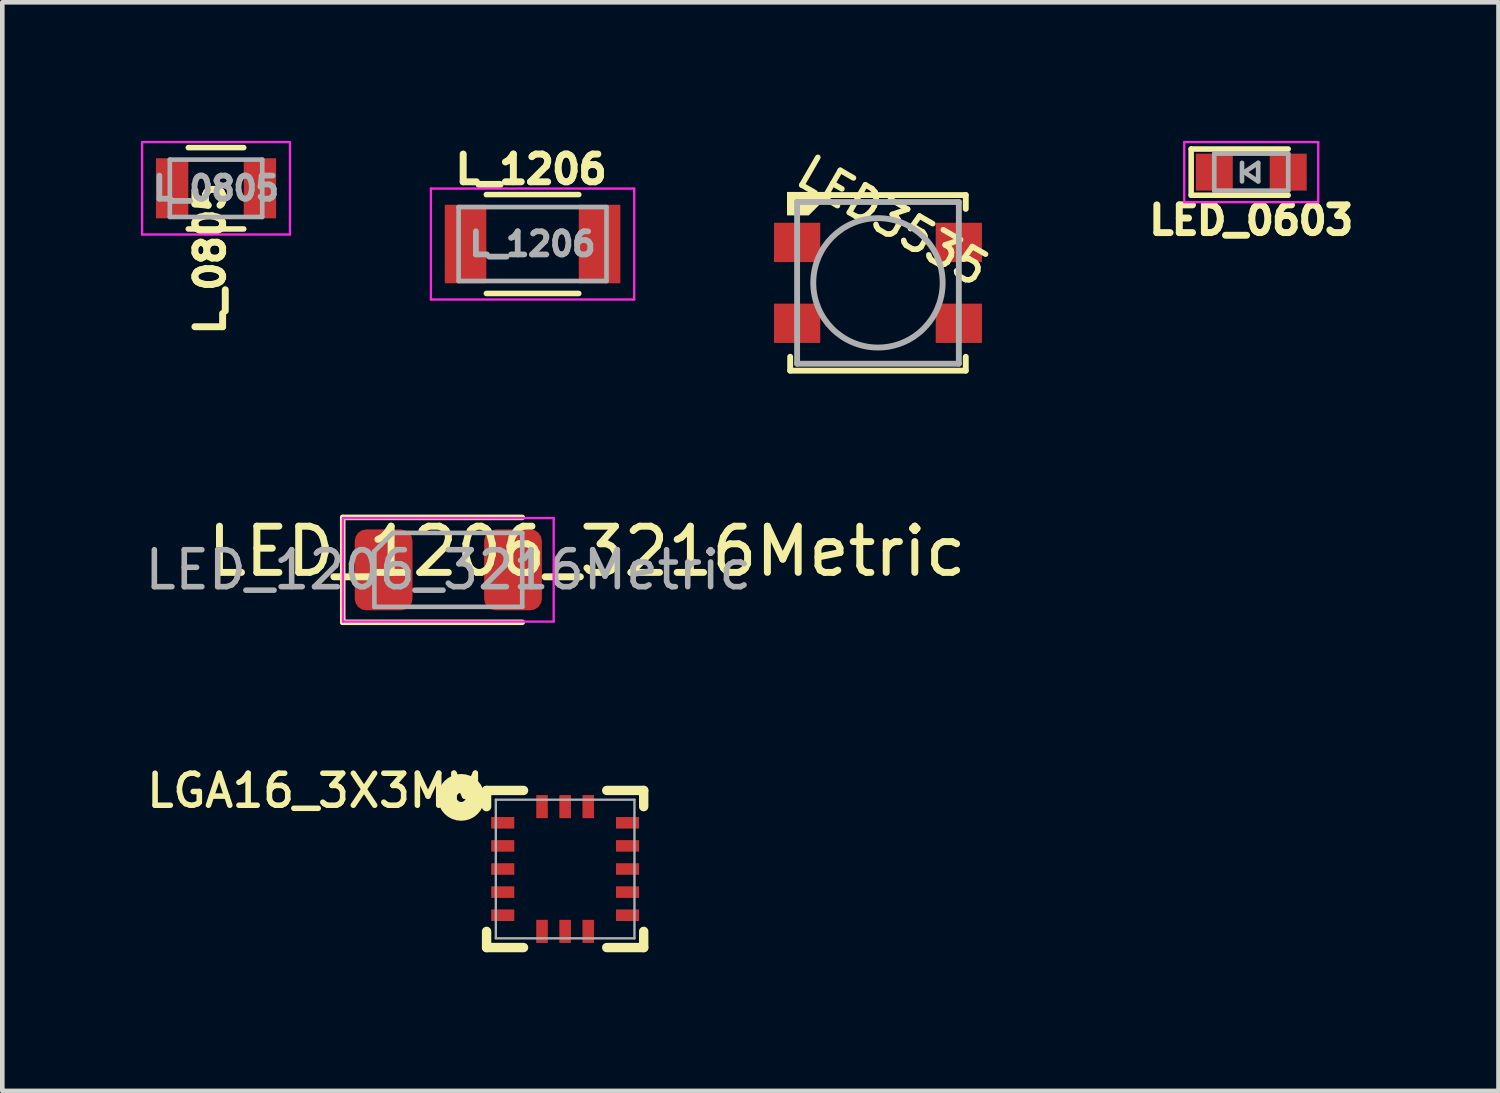
<source format=kicad_pcb>
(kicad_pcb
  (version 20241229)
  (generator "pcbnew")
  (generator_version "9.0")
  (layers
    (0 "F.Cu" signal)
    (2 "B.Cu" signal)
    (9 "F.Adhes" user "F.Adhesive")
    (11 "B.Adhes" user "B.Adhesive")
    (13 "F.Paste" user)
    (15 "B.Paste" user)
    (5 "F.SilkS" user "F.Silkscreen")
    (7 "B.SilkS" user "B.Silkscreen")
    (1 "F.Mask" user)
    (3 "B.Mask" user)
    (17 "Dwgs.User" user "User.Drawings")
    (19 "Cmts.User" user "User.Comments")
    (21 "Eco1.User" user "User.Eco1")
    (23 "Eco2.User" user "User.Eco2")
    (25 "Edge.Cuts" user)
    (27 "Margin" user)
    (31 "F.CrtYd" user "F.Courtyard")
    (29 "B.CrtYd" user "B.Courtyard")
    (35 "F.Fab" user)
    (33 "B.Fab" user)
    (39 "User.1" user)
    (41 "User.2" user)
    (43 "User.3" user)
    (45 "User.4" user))
  (footprint "LED_0603"
    (layer "F.Cu")
    (at 24.028 0.675)
    (property "Reference" "LED_0603" (at 0 1.039 180) (layer "F.SilkS") (effects (font (size 0.6 0.6) (thickness 0.15))))
    (attr smd)
    (fp_line (start -1.3 -0.5) (end -1.3 0.5) (stroke (width 0.12) (type solid)) (layer "F.SilkS"))
    (fp_line (start -1.3 -0.5) (end 0.8 -0.5) (stroke (width 0.12) (type solid)) (layer "F.SilkS"))
    (fp_line (start -1.3 0.5) (end 0.8 0.5) (stroke (width 0.12) (type solid)) (layer "F.SilkS"))
    (fp_line (start -1.45 -0.65) (end 1.45 -0.65) (stroke (width 0.05) (type solid)) (layer "F.CrtYd"))
    (fp_line (start -1.45 0.65) (end -1.45 -0.65) (stroke (width 0.05) (type solid)) (layer "F.CrtYd"))
    (fp_line (start 1.45 -0.65) (end 1.45 0.65) (stroke (width 0.05) (type solid)) (layer "F.CrtYd"))
    (fp_line (start 1.45 0.65) (end -1.45 0.65) (stroke (width 0.05) (type solid)) (layer "F.CrtYd"))
    (fp_line (start -0.8 -0.4) (end 0.8 -0.4) (stroke (width 0.1) (type solid)) (layer "F.Fab"))
    (fp_line (start -0.8 0.4) (end -0.8 -0.4) (stroke (width 0.1) (type solid)) (layer "F.Fab"))
    (fp_line (start -0.2 -0.2) (end -0.2 0.2) (stroke (width 0.1) (type solid)) (layer "F.Fab"))
    (fp_line (start -0.15 0) (end 0.15 -0.2) (stroke (width 0.1) (type solid)) (layer "F.Fab"))
    (fp_line (start 0.15 -0.2) (end 0.15 0.2) (stroke (width 0.1) (type solid)) (layer "F.Fab"))
    (fp_line (start 0.15 0.2) (end -0.15 0) (stroke (width 0.1) (type solid)) (layer "F.Fab"))
    (fp_line (start 0.8 -0.4) (end 0.8 0.4) (stroke (width 0.1) (type solid)) (layer "F.Fab"))
    (fp_line (start 0.8 0.4) (end -0.8 0.4) (stroke (width 0.1) (type solid)) (layer "F.Fab"))
    (pad "1" smd rect (at -0.8 0 180) (size 0.8 0.8) (layers "F.Cu" "F.Mask" "F.Paste"))
    (pad "2" smd rect (at 0.8 0 180) (size 0.8 0.8) (layers "F.Cu" "F.Mask" "F.Paste")))
  (footprint "LGA16_3X3MM"
    (layer "F.Cu")
    (at 9.18 15.756)
    (property "Reference" "LGA16_3X3MM" (at -1.7 -2.1 180) (layer "F.SilkS") (effects (font (size 0.693 0.693) (thickness 0.12)) (justify right top)))
    (fp_line (start -1.7 -1.7) (end -1.7 -1.35) (stroke (width 0.203) (type solid)) (layer "F.SilkS"))
    (fp_line (start -1.7 1.7) (end -1.7 1.35) (stroke (width 0.203) (type solid)) (layer "F.SilkS"))
    (fp_line (start -0.9 -1.7) (end -1.7 -1.7) (stroke (width 0.203) (type solid)) (layer "F.SilkS"))
    (fp_line (start -0.9 1.7) (end -1.7 1.7) (stroke (width 0.203) (type solid)) (layer "F.SilkS"))
    (fp_line (start 0.9 -1.7) (end 1.7 -1.7) (stroke (width 0.203) (type solid)) (layer "F.SilkS"))
    (fp_line (start 1.7 -1.7) (end 1.7 -1.35) (stroke (width 0.203) (type solid)) (layer "F.SilkS"))
    (fp_line (start 1.7 1.35) (end 1.7 1.7) (stroke (width 0.203) (type solid)) (layer "F.SilkS"))
    (fp_line (start 1.7 1.7) (end 0.9 1.7) (stroke (width 0.203) (type solid)) (layer "F.SilkS"))
    (fp_circle (center -2.25 -1.55) (end -2.15 -1.55) (stroke (width 0.406) (type solid)) (fill no) (layer "F.SilkS"))
    (fp_line (start -1.5 -1.5) (end 1.5 -1.5) (stroke (width 0.051) (type solid)) (layer "F.Fab"))
    (fp_line (start -1.5 1.5) (end -1.5 -1.5) (stroke (width 0.051) (type solid)) (layer "F.Fab"))
    (fp_line (start 1.5 -1.5) (end 1.5 1.5) (stroke (width 0.051) (type solid)) (layer "F.Fab"))
    (fp_line (start 1.5 1.5) (end -1.5 1.5) (stroke (width 0.051) (type solid)) (layer "F.Fab"))
    (pad "1" smd rect (at -1.35 -1) (size 0.5 0.25) (layers "F.Cu" "F.Mask" "F.Paste"))
    (pad "2" smd rect (at -1.35 -0.5) (size 0.5 0.25) (layers "F.Cu" "F.Mask" "F.Paste"))
    (pad "3" smd rect (at -1.35 0) (size 0.5 0.25) (layers "F.Cu" "F.Mask" "F.Paste"))
    (pad "4" smd rect (at -1.35 0.5) (size 0.5 0.25) (layers "F.Cu" "F.Mask" "F.Paste"))
    (pad "5" smd rect (at -1.35 1) (size 0.5 0.25) (layers "F.Cu" "F.Mask" "F.Paste"))
    (pad "6" smd rect (at -0.5 1.35 90) (size 0.5 0.25) (layers "F.Cu" "F.Mask" "F.Paste"))
    (pad "7" smd rect (at 0 1.35 90) (size 0.5 0.25) (layers "F.Cu" "F.Mask" "F.Paste"))
    (pad "8" smd rect (at 0.5 1.35 90) (size 0.5 0.25) (layers "F.Cu" "F.Mask" "F.Paste"))
    (pad "9" smd rect (at 1.35 1 180) (size 0.5 0.25) (layers "F.Cu" "F.Mask" "F.Paste"))
    (pad "10" smd rect (at 1.35 0.5 180) (size 0.5 0.25) (layers "F.Cu" "F.Mask" "F.Paste"))
    (pad "11" smd rect (at 1.35 0 180) (size 0.5 0.25) (layers "F.Cu" "F.Mask" "F.Paste"))
    (pad "12" smd rect (at 1.35 -0.5 180) (size 0.5 0.25) (layers "F.Cu" "F.Mask" "F.Paste"))
    (pad "13" smd rect (at 1.35 -1 180) (size 0.5 0.25) (layers "F.Cu" "F.Mask" "F.Paste"))
    (pad "14" smd rect (at 0.5 -1.35 270) (size 0.5 0.25) (layers "F.Cu" "F.Mask" "F.Paste"))
    (pad "15" smd rect (at 0 -1.35 270) (size 0.5 0.25) (layers "F.Cu" "F.Mask" "F.Paste"))
    (pad "16" smd rect (at -0.5 -1.35 270) (size 0.5 0.25) (layers "F.Cu" "F.Mask" "F.Paste")))
  (footprint "LED_1206_3216Metric"
    (layer "F.Cu")
    (at 6.652 9.282)
    (property "Reference" "LED_1206_3216Metric" (at 3 -0.4 0) (layer "F.SilkS") (effects (font (size 1 1) (thickness 0.15))))
    (attr smd)
    (fp_line (start -2.285 -1.135) (end -2.285 1.135) (stroke (width 0.12) (type solid)) (layer "F.SilkS"))
    (fp_line (start -2.285 1.135) (end 1.6 1.135) (stroke (width 0.12) (type solid)) (layer "F.SilkS"))
    (fp_line (start 1.6 -1.135) (end -2.285 -1.135) (stroke (width 0.12) (type solid)) (layer "F.SilkS"))
    (fp_line (start -2.28 -1.12) (end 2.28 -1.12) (stroke (width 0.05) (type solid)) (layer "F.CrtYd"))
    (fp_line (start -2.28 1.12) (end -2.28 -1.12) (stroke (width 0.05) (type solid)) (layer "F.CrtYd"))
    (fp_line (start 2.28 -1.12) (end 2.28 1.12) (stroke (width 0.05) (type solid)) (layer "F.CrtYd"))
    (fp_line (start 2.28 1.12) (end -2.28 1.12) (stroke (width 0.05) (type solid)) (layer "F.CrtYd"))
    (fp_line (start -1.6 -0.4) (end -1.6 0.8) (stroke (width 0.1) (type solid)) (layer "F.Fab"))
    (fp_line (start -1.6 0.8) (end 1.6 0.8) (stroke (width 0.1) (type solid)) (layer "F.Fab"))
    (fp_line (start -1.2 -0.8) (end -1.6 -0.4) (stroke (width 0.1) (type solid)) (layer "F.Fab"))
    (fp_line (start 1.6 -0.8) (end -1.2 -0.8) (stroke (width 0.1) (type solid)) (layer "F.Fab"))
    (fp_line (start 1.6 0.8) (end 1.6 -0.8) (stroke (width 0.1) (type solid)) (layer "F.Fab"))
    (fp_text user "${REFERENCE}" (at 0 0 0) (layer "F.Fab") (effects (font (size 0.8 0.8) (thickness 0.12))))
    (pad "1" smd roundrect (at -1.4 0) (size 1.25 1.75) (layers "F.Cu" "F.Mask" "F.Paste") (roundrect_rratio 0.2))
    (pad "2" smd roundrect (at 1.4 0) (size 1.25 1.75) (layers "F.Cu" "F.Mask" "F.Paste") (roundrect_rratio 0.2)))
  (footprint "L_1206"
    (layer "F.Cu")
    (at 8.475 2.231)
    (property "Reference" "L_1206" (at -0.03 -1.617 0) (layer "F.SilkS") (effects (font (size 0.6 0.6) (thickness 0.15))))
    (attr smd)
    (fp_line (start -1 -1.07) (end 1 -1.07) (stroke (width 0.12) (type solid)) (layer "F.SilkS"))
    (fp_line (start 1 1.07) (end -1 1.07) (stroke (width 0.12) (type solid)) (layer "F.SilkS"))
    (fp_line (start -2.2 -1.2) (end -2.2 1.2) (stroke (width 0.05) (type solid)) (layer "F.CrtYd"))
    (fp_line (start -2.2 -1.2) (end 2.2 -1.2) (stroke (width 0.05) (type solid)) (layer "F.CrtYd"))
    (fp_line (start -2.2 1.2) (end 2.2 1.2) (stroke (width 0.05) (type solid)) (layer "F.CrtYd"))
    (fp_line (start 2.2 -1.2) (end 2.2 1.2) (stroke (width 0.05) (type solid)) (layer "F.CrtYd"))
    (fp_line (start -1.6 -0.8) (end 1.6 -0.8) (stroke (width 0.1) (type solid)) (layer "F.Fab"))
    (fp_line (start -1.6 0.8) (end -1.6 -0.8) (stroke (width 0.1) (type solid)) (layer "F.Fab"))
    (fp_line (start 1.6 -0.8) (end 1.6 0.8) (stroke (width 0.1) (type solid)) (layer "F.Fab"))
    (fp_line (start 1.6 0.8) (end -1.6 0.8) (stroke (width 0.1) (type solid)) (layer "F.Fab"))
    (fp_text user "${REFERENCE}" (at 0 0 0) (layer "F.Fab") (effects (font (size 0.5 0.5) (thickness 0.125))))
    (pad "1" smd rect (at -1.45 0) (size 0.9 1.7) (layers "F.Cu" "F.Mask" "F.Paste"))
    (pad "2" smd rect (at 1.45 0) (size 0.9 1.7) (layers "F.Cu" "F.Mask" "F.Paste")))
  (footprint "L_0805"
    (layer "F.Cu")
    (at 1.625 1.025)
    (property "Reference" "L_0805" (at -0.127 1.524 90) (layer "F.SilkS") (effects (font (size 0.6 0.6) (thickness 0.15))))
    (attr smd)
    (fp_line (start -0.6 -0.88) (end 0.6 -0.88) (stroke (width 0.12) (type solid)) (layer "F.SilkS"))
    (fp_line (start 0.6 0.88) (end -0.6 0.88) (stroke (width 0.12) (type solid)) (layer "F.SilkS"))
    (fp_line (start -1.6 -1) (end -1.6 1) (stroke (width 0.05) (type solid)) (layer "F.CrtYd"))
    (fp_line (start -1.6 -1) (end 1.6 -1) (stroke (width 0.05) (type solid)) (layer "F.CrtYd"))
    (fp_line (start -1.6 1) (end 1.6 1) (stroke (width 0.05) (type solid)) (layer "F.CrtYd"))
    (fp_line (start 1.6 -1) (end 1.6 1) (stroke (width 0.05) (type solid)) (layer "F.CrtYd"))
    (fp_line (start -1 -0.62) (end 1 -0.62) (stroke (width 0.1) (type solid)) (layer "F.Fab"))
    (fp_line (start -1 0.62) (end -1 -0.62) (stroke (width 0.1) (type solid)) (layer "F.Fab"))
    (fp_line (start 1 -0.62) (end 1 0.62) (stroke (width 0.1) (type solid)) (layer "F.Fab"))
    (fp_line (start 1 0.62) (end -1 0.62) (stroke (width 0.1) (type solid)) (layer "F.Fab"))
    (fp_text user "${REFERENCE}" (at 0 0 0) (layer "F.Fab") (effects (font (size 0.5 0.5) (thickness 0.125))))
    (pad "1" smd rect (at -0.95 0) (size 0.7 1.3) (layers "F.Cu" "F.Mask" "F.Paste"))
    (pad "2" smd rect (at 0.95 0) (size 0.7 1.3) (layers "F.Cu" "F.Mask" "F.Paste")))
  (footprint "LED3535"
    (layer "F.Cu")
    (at 15.95 3.071)
    (property "Reference" "LED3535" (at -1.905 -2.159 330) (layer "F.SilkS") (effects (font (size 0.693 0.693) (thickness 0.12)) (justify left bottom)))
    (fp_line (start -1.9 -1.9) (end 1.9 -1.9) (stroke (width 0.127) (type solid)) (layer "F.SilkS"))
    (fp_line (start -1.9 -1.6) (end -1.9 -1.9) (stroke (width 0.127) (type solid)) (layer "F.SilkS"))
    (fp_line (start -1.9 1.6) (end -1.9 1.9) (stroke (width 0.127) (type solid)) (layer "F.SilkS"))
    (fp_line (start -1.9 1.9) (end 1.9 1.9) (stroke (width 0.127) (type solid)) (layer "F.SilkS"))
    (fp_line (start 1.9 -1.9) (end 1.9 -1.6) (stroke (width 0.127) (type solid)) (layer "F.SilkS"))
    (fp_line (start 1.9 1.9) (end 1.9 1.6) (stroke (width 0.127) (type solid)) (layer "F.SilkS"))
    (fp_poly (pts (xy -1.498 -1.46) (xy -1.968 -1.46) (xy -1.968 -1.968) (xy -0.99 -1.968)) (stroke (width 0) (type default)) (fill yes) (layer "F.SilkS"))
    (fp_line (start -1.75 1.75) (end -1.75 -1.75) (stroke (width 0.127) (type solid)) (layer "F.Fab"))
    (fp_line (start -1.75 -1.75) (end 1.75 -1.75) (stroke (width 0.127) (type solid)) (layer "F.Fab"))
    (fp_line (start 1.75 1.75) (end -1.75 1.75) (stroke (width 0.127) (type solid)) (layer "F.Fab"))
    (fp_line (start 1.75 -1.75) (end 1.75 1.75) (stroke (width 0.127) (type solid)) (layer "F.Fab"))
    (fp_circle (center 0 0) (end 1.4 0) (stroke (width 0.127) (type solid)) (fill no) (layer "F.Fab"))
    (pad "1" smd rect (at -1.75 -0.875 90) (size 0.85 1) (layers "F.Cu" "F.Mask" "F.Paste"))
    (pad "2" smd rect (at -1.75 0.875 90) (size 0.85 1) (layers "F.Cu" "F.Mask" "F.Paste"))
    (pad "3" smd rect (at 1.75 0.875 90) (size 0.85 1) (layers "F.Cu" "F.Mask" "F.Paste"))
    (pad "4" smd rect (at 1.75 -0.875 90) (size 0.85 1) (layers "F.Cu" "F.Mask" "F.Paste")))
  (gr_rect
    (start -3 -3)
    (end 29.379 20.558)
    (stroke (width 0.1) (type default))
    (fill no)
    (layer "Edge.Cuts")))
</source>
